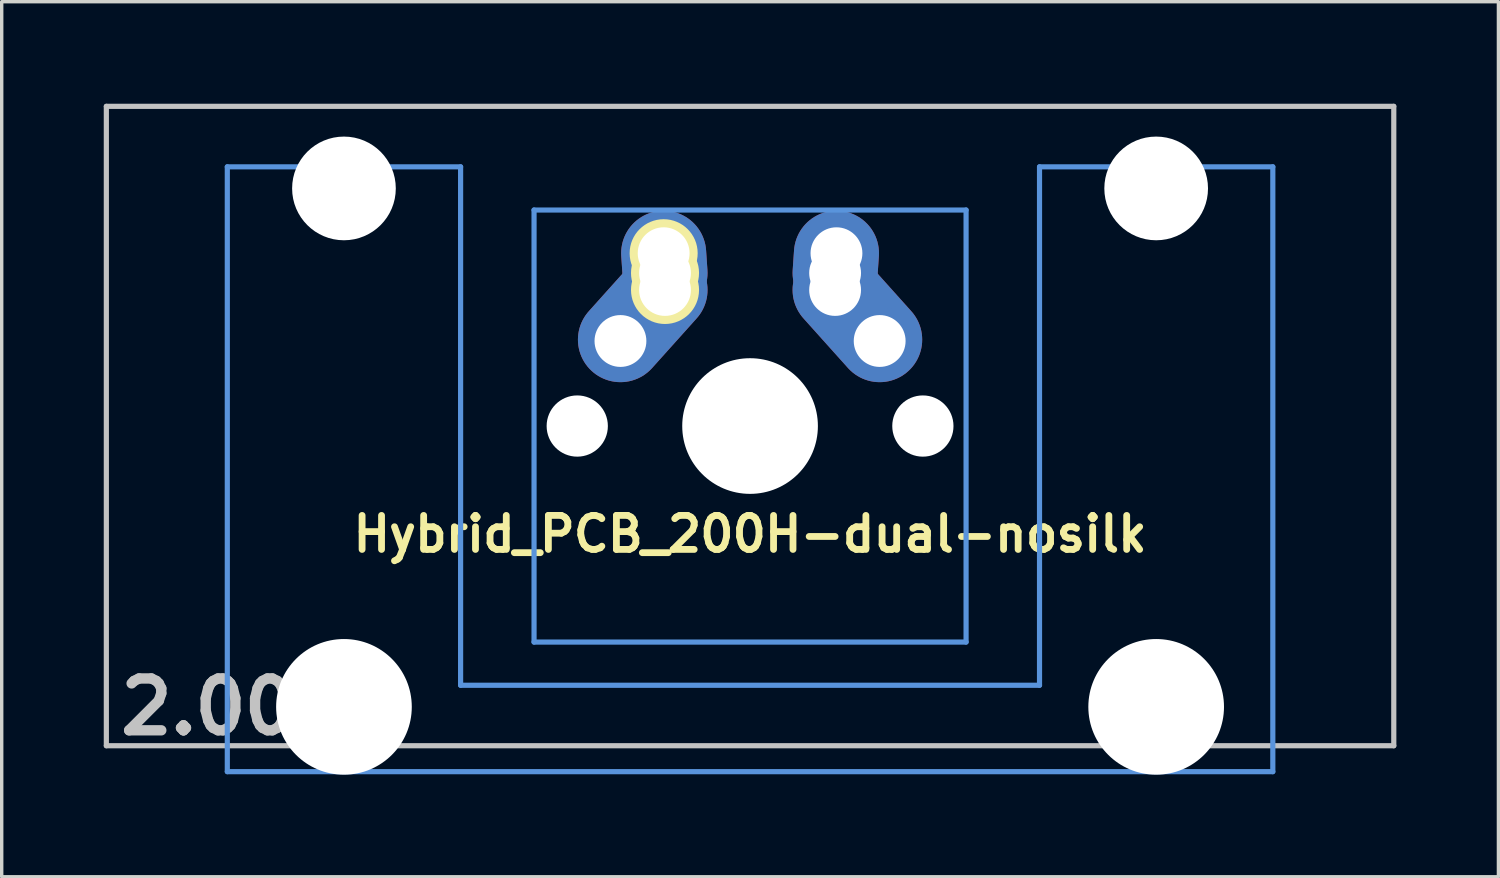
<source format=kicad_pcb>
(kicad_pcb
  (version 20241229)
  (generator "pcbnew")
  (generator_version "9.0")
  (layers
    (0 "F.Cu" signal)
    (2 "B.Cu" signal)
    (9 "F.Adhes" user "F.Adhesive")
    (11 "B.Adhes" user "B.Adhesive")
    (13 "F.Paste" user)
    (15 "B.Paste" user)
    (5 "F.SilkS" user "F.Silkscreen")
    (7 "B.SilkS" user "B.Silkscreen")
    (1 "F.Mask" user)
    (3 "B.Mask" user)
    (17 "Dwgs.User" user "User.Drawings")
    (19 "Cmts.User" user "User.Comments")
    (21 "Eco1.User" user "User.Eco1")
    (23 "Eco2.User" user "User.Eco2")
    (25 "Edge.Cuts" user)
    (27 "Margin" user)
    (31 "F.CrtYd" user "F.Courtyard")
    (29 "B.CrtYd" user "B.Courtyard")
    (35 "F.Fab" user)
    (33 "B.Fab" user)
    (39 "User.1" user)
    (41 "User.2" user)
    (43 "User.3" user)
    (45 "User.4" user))
  (footprint "Hybrid_PCB_200H-dual-nosilk"
    (layer "F.Cu")
    (at 18.999 9.474)
    (property "Reference" "Hybrid_PCB_200H-dual-nosilk" (at 0 3.175 0) (layer "F.SilkS") (effects (font (size 1 1) (thickness 0.2))))
    (attr through_hole)
    (fp_line (start -18.923 -9.398) (end 18.923 -9.398) (stroke (width 0.152) (type solid)) (layer "Dwgs.User"))
    (fp_line (start -18.923 9.398) (end -18.923 -9.398) (stroke (width 0.152) (type solid)) (layer "Dwgs.User"))
    (fp_line (start 18.923 -9.398) (end 18.923 9.398) (stroke (width 0.152) (type solid)) (layer "Dwgs.User"))
    (fp_line (start 18.923 9.398) (end -18.923 9.398) (stroke (width 0.152) (type solid)) (layer "Dwgs.User"))
    (fp_line (start -15.367 -7.62) (end -15.367 10.16) (stroke (width 0.152) (type solid)) (layer "Cmts.User"))
    (fp_line (start -15.367 10.16) (end 15.367 10.16) (stroke (width 0.152) (type solid)) (layer "Cmts.User"))
    (fp_line (start -8.509 -7.62) (end -15.367 -7.62) (stroke (width 0.152) (type solid)) (layer "Cmts.User"))
    (fp_line (start -8.509 7.62) (end -8.509 -7.62) (stroke (width 0.152) (type solid)) (layer "Cmts.User"))
    (fp_line (start -6.35 -6.35) (end 6.35 -6.35) (stroke (width 0.152) (type solid)) (layer "Cmts.User"))
    (fp_line (start -6.35 6.35) (end -6.35 -6.35) (stroke (width 0.152) (type solid)) (layer "Cmts.User"))
    (fp_line (start 6.35 -6.35) (end 6.35 6.35) (stroke (width 0.152) (type solid)) (layer "Cmts.User"))
    (fp_line (start 6.35 6.35) (end -6.35 6.35) (stroke (width 0.152) (type solid)) (layer "Cmts.User"))
    (fp_line (start 8.509 -7.62) (end 8.509 7.62) (stroke (width 0.152) (type solid)) (layer "Cmts.User"))
    (fp_line (start 8.509 7.62) (end -8.509 7.62) (stroke (width 0.152) (type solid)) (layer "Cmts.User"))
    (fp_line (start 15.367 -7.62) (end 8.509 -7.62) (stroke (width 0.152) (type solid)) (layer "Cmts.User"))
    (fp_line (start 15.367 10.16) (end 15.367 -7.62) (stroke (width 0.152) (type solid)) (layer "Cmts.User"))
    (fp_line (start -16.129 -2.286) (end -15.265 -2.286) (stroke (width 0.152) (type solid)) (layer "Eco2.User"))
    (fp_line (start -16.129 0.508) (end -16.129 -2.286) (stroke (width 0.152) (type solid)) (layer "Eco2.User"))
    (fp_line (start -15.265 -5.69) (end -8.611 -5.69) (stroke (width 0.152) (type solid)) (layer "Eco2.User"))
    (fp_line (start -15.265 -2.286) (end -15.265 -5.69) (stroke (width 0.152) (type solid)) (layer "Eco2.User"))
    (fp_line (start -15.265 0.508) (end -16.129 0.508) (stroke (width 0.152) (type solid)) (layer "Eco2.User"))
    (fp_line (start -15.265 6.604) (end -15.265 0.508) (stroke (width 0.152) (type solid)) (layer "Eco2.User"))
    (fp_line (start -14.224 6.604) (end -15.265 6.604) (stroke (width 0.152) (type solid)) (layer "Eco2.User"))
    (fp_line (start -14.224 7.772) (end -14.224 6.604) (stroke (width 0.152) (type solid)) (layer "Eco2.User"))
    (fp_line (start -9.652 6.604) (end -9.652 7.772) (stroke (width 0.152) (type solid)) (layer "Eco2.User"))
    (fp_line (start -9.652 7.772) (end -14.224 7.772) (stroke (width 0.152) (type solid)) (layer "Eco2.User"))
    (fp_line (start -8.611 -5.69) (end -8.611 -4.877) (stroke (width 0.152) (type solid)) (layer "Eco2.User"))
    (fp_line (start -8.611 -4.877) (end -6.985 -4.877) (stroke (width 0.152) (type solid)) (layer "Eco2.User"))
    (fp_line (start -8.611 5.817) (end -8.611 6.604) (stroke (width 0.152) (type solid)) (layer "Eco2.User"))
    (fp_line (start -8.611 6.604) (end -9.652 6.604) (stroke (width 0.152) (type solid)) (layer "Eco2.User"))
    (fp_line (start -6.985 -6.985) (end 6.985 -6.985) (stroke (width 0.152) (type solid)) (layer "Eco2.User"))
    (fp_line (start -6.985 -4.877) (end -6.985 -6.985) (stroke (width 0.152) (type solid)) (layer "Eco2.User"))
    (fp_line (start -6.985 5.817) (end -8.611 5.817) (stroke (width 0.152) (type solid)) (layer "Eco2.User"))
    (fp_line (start -6.985 6.985) (end -6.985 5.817) (stroke (width 0.152) (type solid)) (layer "Eco2.User"))
    (fp_line (start 6.985 -6.985) (end 6.985 -4.877) (stroke (width 0.152) (type solid)) (layer "Eco2.User"))
    (fp_line (start 6.985 -4.877) (end 8.611 -4.877) (stroke (width 0.152) (type solid)) (layer "Eco2.User"))
    (fp_line (start 6.985 5.817) (end 6.985 6.985) (stroke (width 0.152) (type solid)) (layer "Eco2.User"))
    (fp_line (start 6.985 6.985) (end -6.985 6.985) (stroke (width 0.152) (type solid)) (layer "Eco2.User"))
    (fp_line (start 8.611 -5.69) (end 15.265 -5.69) (stroke (width 0.152) (type solid)) (layer "Eco2.User"))
    (fp_line (start 8.611 -4.877) (end 8.611 -5.69) (stroke (width 0.152) (type solid)) (layer "Eco2.User"))
    (fp_line (start 8.611 5.817) (end 6.985 5.817) (stroke (width 0.152) (type solid)) (layer "Eco2.User"))
    (fp_line (start 8.611 6.604) (end 8.611 5.817) (stroke (width 0.152) (type solid)) (layer "Eco2.User"))
    (fp_line (start 9.652 6.604) (end 8.611 6.604) (stroke (width 0.152) (type solid)) (layer "Eco2.User"))
    (fp_line (start 9.652 7.772) (end 9.652 6.604) (stroke (width 0.152) (type solid)) (layer "Eco2.User"))
    (fp_line (start 14.224 6.604) (end 14.224 7.772) (stroke (width 0.152) (type solid)) (layer "Eco2.User"))
    (fp_line (start 14.224 7.772) (end 9.652 7.772) (stroke (width 0.152) (type solid)) (layer "Eco2.User"))
    (fp_line (start 15.265 -5.69) (end 15.265 -2.286) (stroke (width 0.152) (type solid)) (layer "Eco2.User"))
    (fp_line (start 15.265 -2.286) (end 16.129 -2.286) (stroke (width 0.152) (type solid)) (layer "Eco2.User"))
    (fp_line (start 15.265 0.508) (end 15.265 6.604) (stroke (width 0.152) (type solid)) (layer "Eco2.User"))
    (fp_line (start 15.265 6.604) (end 14.224 6.604) (stroke (width 0.152) (type solid)) (layer "Eco2.User"))
    (fp_line (start 16.129 -2.286) (end 16.129 0.508) (stroke (width 0.152) (type solid)) (layer "Eco2.User"))
    (fp_line (start 16.129 0.508) (end 15.265 0.508) (stroke (width 0.152) (type solid)) (layer "Eco2.User"))
    (fp_text user "2.00u" (at -15.24 8.255 0) (layer "Dwgs.User") (effects (font (size 1.524 1.524) (thickness 0.305))))
    (pad "" np_thru_hole circle (at -11.938 -6.985) (size 3.048 3.048) (drill 3.048) (layers "*.Cu"))
    (pad "" np_thru_hole circle (at -11.938 8.255) (size 3.988 3.988) (drill 3.988) (layers "*.Cu"))
    (pad "" np_thru_hole circle (at -5.08 0) (size 1.8 1.8) (drill 1.8) (layers "*.Cu"))
    (pad "" np_thru_hole circle (at 0 0) (size 3.988 3.988) (drill 3.988) (layers "*.Cu"))
    (pad "" np_thru_hole circle (at 5.08 0) (size 1.8 1.8) (drill 1.8) (layers "*.Cu"))
    (pad "" np_thru_hole circle (at 11.938 -6.985) (size 3.048 3.048) (drill 3.048) (layers "*.Cu"))
    (pad "" np_thru_hole circle (at 11.938 8.255) (size 3.988 3.988) (drill 3.988) (layers "*.Cu"))
    (pad "1" thru_hole circle (at -3.81 -2.5 3.9) (size 2 2) (drill 1.524) (layers "*.Cu" "*.Mask"))
    (pad "1" smd oval (at -3.155 -3.27 138.1) (size 2.5 4.462) (layers "F.Cu" "F.Mask" "F.Paste"))
    (pad "1" smd oval (at -3.155 -3.27 138.1) (size 2.5 4.462) (layers "B.Cu" "B.Mask" "B.Paste"))
    (pad "1" thru_hole circle (at -2.54 -5.08) (size 2 2) (drill 1.524) (layers "*.Cu" "*.Mask" "F.SilkS"))
    (pad "1" smd oval (at -2.52 -4.79 3.9) (size 2.5 3.081) (layers "F.Cu" "F.Mask" "F.Paste"))
    (pad "1" smd oval (at -2.52 -4.79 3.9) (size 2.5 3.081) (layers "B.Cu" "B.Mask" "B.Paste"))
    (pad "1" thru_hole circle (at -2.5 -4.5) (size 2 2) (drill 1.524) (layers "*.Cu" "*.Mask" "F.SilkS"))
    (pad "1" thru_hole circle (at -2.5 -4) (size 2 2) (drill 1.524) (layers "*.Cu" "*.Mask" "F.SilkS"))
    (pad "2" thru_hole circle (at 2.5 -4.5 3.9) (size 2 2) (drill 1.524) (layers "*.Cu" "*.Mask"))
    (pad "2" thru_hole circle (at 2.5 -4 3.9) (size 2 2) (drill 1.524) (layers "*.Cu" "*.Mask"))
    (pad "2" smd oval (at 2.52 -4.79 356.1) (size 2.5 3.081) (layers "F.Cu" "F.Mask" "F.Paste"))
    (pad "2" smd oval (at 2.52 -4.79 356.1) (size 2.5 3.081) (layers "B.Cu" "B.Mask" "B.Paste"))
    (pad "2" thru_hole circle (at 2.54 -5.08 3.9) (size 2 2) (drill 1.524) (layers "*.Cu" "*.Mask"))
    (pad "2" smd oval (at 3.155 -3.27 221.9) (size 2.5 4.462) (layers "F.Cu" "F.Mask" "F.Paste"))
    (pad "2" smd oval (at 3.155 -3.27 221.9) (size 2.5 4.462) (layers "B.Cu" "B.Mask" "B.Paste"))
    (pad "2" thru_hole circle (at 3.81 -2.5 3.9) (size 2 2) (drill 1.524) (layers "*.Cu" "*.Mask")))
  (gr_rect
    (start -3 -3)
    (end 40.998 22.723)
    (stroke (width 0.1) (type default))
    (fill no)
    (layer "Edge.Cuts")))
</source>
